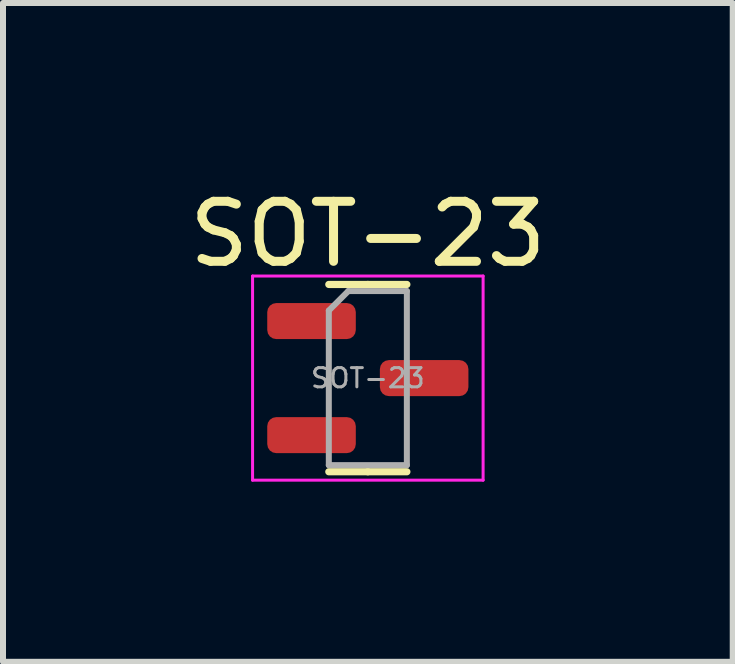
<source format=kicad_pcb>
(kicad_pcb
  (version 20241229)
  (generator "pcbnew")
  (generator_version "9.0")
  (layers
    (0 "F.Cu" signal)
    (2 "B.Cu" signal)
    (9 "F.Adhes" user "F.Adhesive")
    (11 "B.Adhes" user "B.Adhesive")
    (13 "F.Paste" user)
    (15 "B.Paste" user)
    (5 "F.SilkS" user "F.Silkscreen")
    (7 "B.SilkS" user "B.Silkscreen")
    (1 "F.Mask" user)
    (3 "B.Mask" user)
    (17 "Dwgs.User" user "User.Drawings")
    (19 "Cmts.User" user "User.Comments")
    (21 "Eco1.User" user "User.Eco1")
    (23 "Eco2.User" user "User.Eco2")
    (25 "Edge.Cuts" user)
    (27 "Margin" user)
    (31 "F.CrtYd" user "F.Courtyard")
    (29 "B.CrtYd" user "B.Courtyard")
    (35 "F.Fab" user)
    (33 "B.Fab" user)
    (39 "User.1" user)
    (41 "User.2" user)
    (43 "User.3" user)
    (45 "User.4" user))
  (footprint "SOT-23"
    (layer "F.Cu")
    (at 3.077 3.248)
    (property "Reference" "SOT-23" (at 0 -2.4 0) (layer "F.SilkS") (effects (font (size 1 1) (thickness 0.15))))
    (attr smd)
    (fp_line (start 0 -1.56) (end -0.65 -1.56) (stroke (width 0.12) (type solid)) (layer "F.SilkS"))
    (fp_line (start 0 -1.56) (end 0.65 -1.56) (stroke (width 0.12) (type solid)) (layer "F.SilkS"))
    (fp_line (start 0 1.56) (end -0.65 1.56) (stroke (width 0.12) (type solid)) (layer "F.SilkS"))
    (fp_line (start 0 1.56) (end 0.65 1.56) (stroke (width 0.12) (type solid)) (layer "F.SilkS"))
    (fp_line (start -1.92 -1.7) (end -1.92 1.7) (stroke (width 0.05) (type solid)) (layer "F.CrtYd"))
    (fp_line (start -1.92 1.7) (end 1.92 1.7) (stroke (width 0.05) (type solid)) (layer "F.CrtYd"))
    (fp_line (start 1.92 -1.7) (end -1.92 -1.7) (stroke (width 0.05) (type solid)) (layer "F.CrtYd"))
    (fp_line (start 1.92 1.7) (end 1.92 -1.7) (stroke (width 0.05) (type solid)) (layer "F.CrtYd"))
    (fp_line (start -0.65 -1.125) (end -0.325 -1.45) (stroke (width 0.1) (type solid)) (layer "F.Fab"))
    (fp_line (start -0.65 1.45) (end -0.65 -1.125) (stroke (width 0.1) (type solid)) (layer "F.Fab"))
    (fp_line (start -0.325 -1.45) (end 0.65 -1.45) (stroke (width 0.1) (type solid)) (layer "F.Fab"))
    (fp_line (start 0.65 -1.45) (end 0.65 1.45) (stroke (width 0.1) (type solid)) (layer "F.Fab"))
    (fp_line (start 0.65 1.45) (end -0.65 1.45) (stroke (width 0.1) (type solid)) (layer "F.Fab"))
    (fp_text user "${REFERENCE}" (at 0 0 0) (layer "F.Fab") (effects (font (size 0.32 0.32) (thickness 0.05))))
    (pad "1" smd roundrect (at -0.938 -0.95) (size 1.475 0.6) (layers "F.Cu" "F.Mask" "F.Paste") (roundrect_rratio 0.25))
    (pad "2" smd roundrect (at -0.938 0.95) (size 1.475 0.6) (layers "F.Cu" "F.Mask" "F.Paste") (roundrect_rratio 0.25))
    (pad "3" smd roundrect (at 0.938 0) (size 1.475 0.6) (layers "F.Cu" "F.Mask" "F.Paste") (roundrect_rratio 0.25)))
  (gr_rect
    (start -3 -3)
    (end 9.155 7.973)
    (stroke (width 0.1) (type default))
    (fill no)
    (layer "Edge.Cuts")))
</source>
